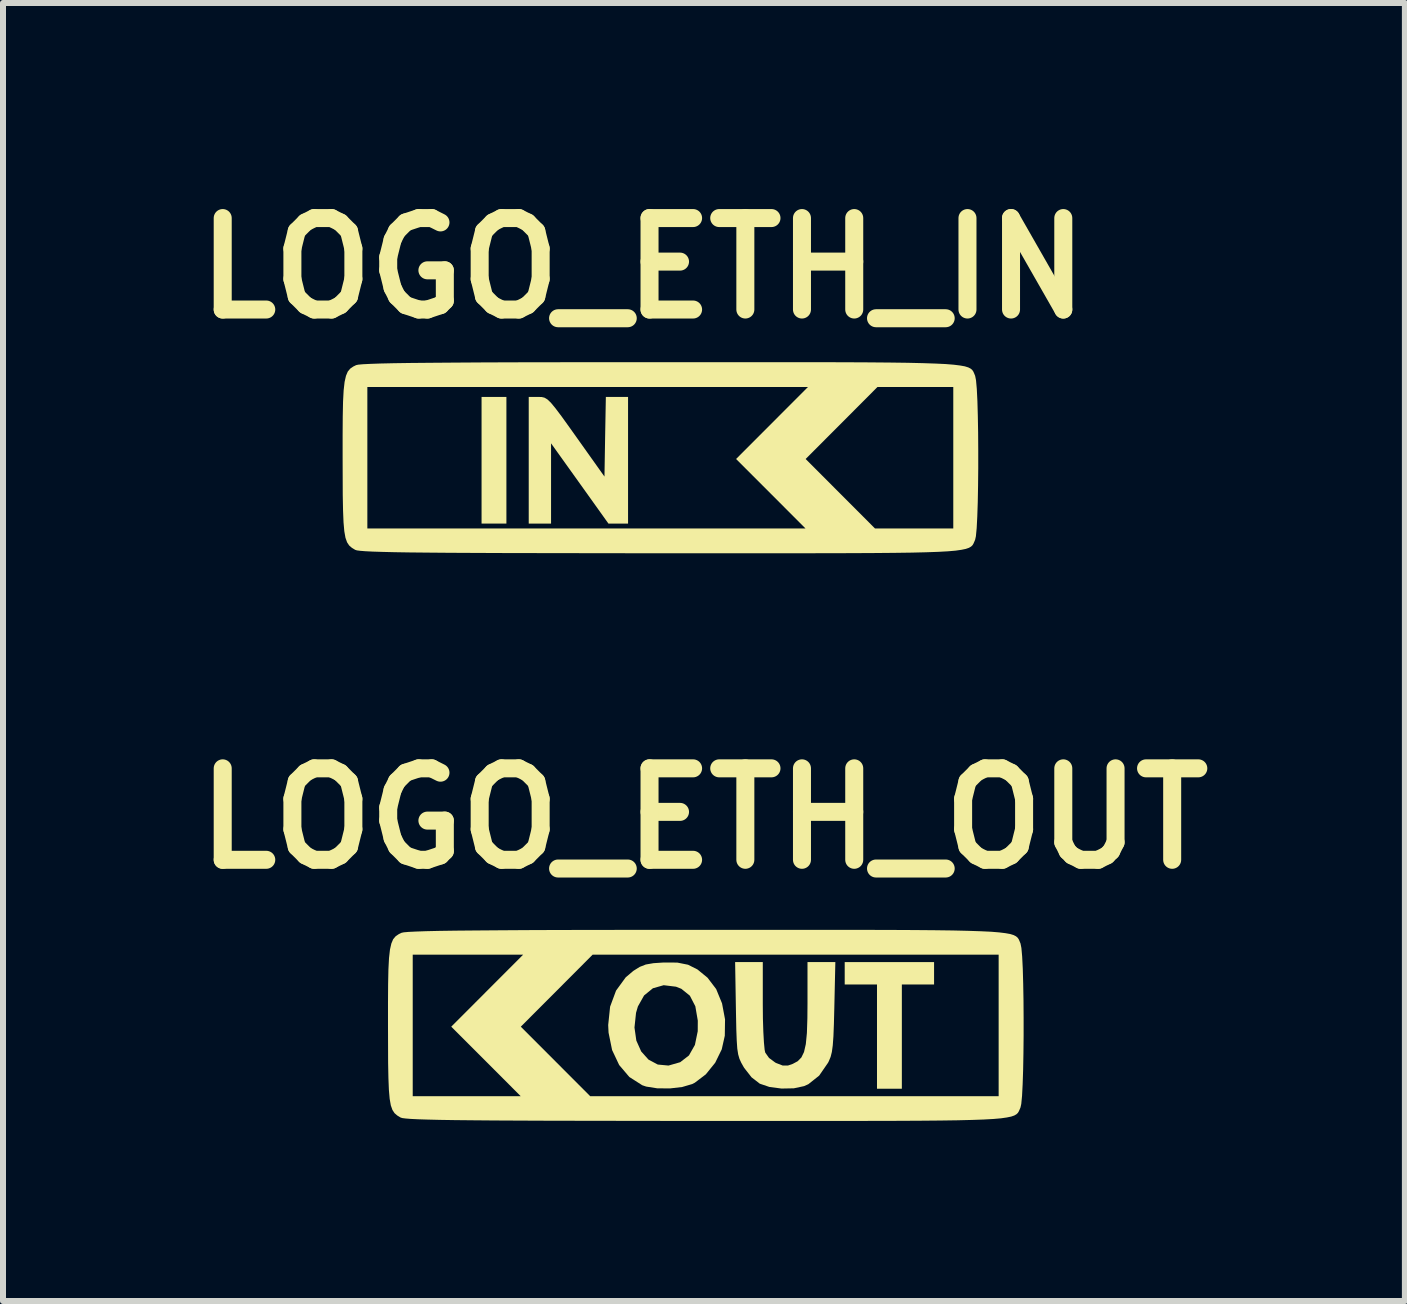
<source format=kicad_pcb>
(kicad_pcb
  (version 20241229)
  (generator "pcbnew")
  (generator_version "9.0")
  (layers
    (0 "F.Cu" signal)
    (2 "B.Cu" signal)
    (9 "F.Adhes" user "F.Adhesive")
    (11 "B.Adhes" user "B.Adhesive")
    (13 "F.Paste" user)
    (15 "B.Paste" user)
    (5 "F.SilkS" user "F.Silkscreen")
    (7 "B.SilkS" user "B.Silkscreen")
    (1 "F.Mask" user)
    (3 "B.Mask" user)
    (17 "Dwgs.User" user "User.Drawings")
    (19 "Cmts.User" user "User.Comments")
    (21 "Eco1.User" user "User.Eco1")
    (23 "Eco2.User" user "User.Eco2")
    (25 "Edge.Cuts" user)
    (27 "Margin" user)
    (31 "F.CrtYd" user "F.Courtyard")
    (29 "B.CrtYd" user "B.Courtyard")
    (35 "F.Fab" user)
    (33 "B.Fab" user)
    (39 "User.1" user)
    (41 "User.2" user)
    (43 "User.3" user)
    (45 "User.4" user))
  (footprint "LOGO_ETH_OUT"
    (layer "F.Cu")
    (at 8.75 14.057)
    (property "Reference" "LOGO_ETH_OUT" (at -0.07 -3.47 0) (layer "F.SilkS") (effects (font (size 1.524 1.524) (thickness 0.3))))
    (attr board_only exclude_from_pos_files exclude_from_bom)
    (fp_poly (pts (xy 3.764 -0.703) (xy 3.227 -0.703) (xy 3.227 1.034) (xy 2.813 1.034) (xy 2.813 -0.703) (xy 2.275 -0.703) (xy 2.275 -1.076) (xy 3.764 -1.076)) (stroke (width 0) (type solid)) (fill yes) (layer "F.SilkS"))
    (fp_poly (pts (xy 0.91 -0.375) (xy 0.912 -0.135) (xy 0.919 0.083) (xy 0.929 0.262) (xy 0.941 0.386) (xy 0.951 0.432) (xy 1.014 0.521) (xy 1.118 0.598) (xy 1.134 0.606) (xy 1.243 0.648) (xy 1.331 0.647) (xy 1.409 0.62) (xy 1.491 0.576) (xy 1.553 0.513) (xy 1.597 0.422) (xy 1.627 0.29) (xy 1.645 0.106) (xy 1.653 -0.14) (xy 1.655 -0.392) (xy 1.655 -1.076) (xy 2.119 -1.076) (xy 2.102 -0.321) (xy 2.095 -0.046) (xy 2.087 0.16) (xy 2.076 0.311) (xy 2.061 0.421) (xy 2.04 0.504) (xy 2.011 0.574) (xy 1.998 0.6) (xy 1.849 0.816) (xy 1.67 0.958) (xy 1.6 0.99) (xy 1.428 1.027) (xy 1.222 1.031) (xy 1.019 1.004) (xy 0.86 0.95) (xy 0.723 0.844) (xy 0.601 0.688) (xy 0.591 0.672) (xy 0.551 0.601) (xy 0.521 0.535) (xy 0.5 0.462) (xy 0.485 0.366) (xy 0.476 0.234) (xy 0.469 0.053) (xy 0.464 -0.193) (xy 0.462 -0.3) (xy 0.449 -1.076) (xy 0.91 -1.076)) (stroke (width 0) (type solid)) (fill yes) (layer "F.SilkS"))
    (fp_poly (pts (xy -0.515 -1.068) (xy -0.335 -1.032) (xy -0.178 -0.953) (xy -0.017 -0.821) (xy -0.01 -0.815) (xy 0.133 -0.627) (xy 0.231 -0.388) (xy 0.281 -0.122) (xy 0.277 0.151) (xy 0.226 0.378) (xy 0.117 0.601) (xy -0.039 0.794) (xy -0.223 0.934) (xy -0.266 0.956) (xy -0.432 1.005) (xy -0.638 1.029) (xy -0.85 1.027) (xy -1.033 0.998) (xy -1.098 0.976) (xy -1.313 0.839) (xy -1.483 0.639) (xy -1.601 0.389) (xy -1.66 0.099) (xy -1.664 0.014) (xy -1.228 0.014) (xy -1.197 0.232) (xy -1.116 0.413) (xy -0.994 0.549) (xy -0.84 0.631) (xy -0.661 0.648) (xy -0.466 0.592) (xy -0.32 0.479) (xy -0.221 0.304) (xy -0.174 0.076) (xy -0.173 -0.101) (xy -0.214 -0.34) (xy -0.305 -0.516) (xy -0.447 -0.631) (xy -0.536 -0.666) (xy -0.741 -0.691) (xy -0.921 -0.64) (xy -1.068 -0.52) (xy -1.171 -0.337) (xy -1.202 -0.231) (xy -1.228 0.014) (xy -1.664 0.014) (xy -1.666 -0.027) (xy -1.634 -0.334) (xy -1.535 -0.601) (xy -1.374 -0.822) (xy -1.248 -0.929) (xy -1.141 -0.996) (xy -1.039 -1.036) (xy -0.912 -1.058) (xy -0.747 -1.069)) (stroke (width 0) (type solid)) (fill yes) (layer "F.SilkS"))
    (fp_poly (pts (xy 2.007 -1.613) (xy 2.544 -1.613) (xy 3.015 -1.612) (xy 3.425 -1.61) (xy 3.778 -1.607) (xy 4.079 -1.603) (xy 4.333 -1.597) (xy 4.542 -1.59) (xy 4.713 -1.582) (xy 4.848 -1.571) (xy 4.953 -1.558) (xy 5.032 -1.544) (xy 5.09 -1.526) (xy 5.129 -1.506) (xy 5.156 -1.483) (xy 5.174 -1.457) (xy 5.187 -1.428) (xy 5.2 -1.396) (xy 5.204 -1.387) (xy 5.219 -1.312) (xy 5.232 -1.167) (xy 5.242 -0.966) (xy 5.249 -0.72) (xy 5.254 -0.443) (xy 5.256 -0.148) (xy 5.256 0.153) (xy 5.253 0.446) (xy 5.248 0.719) (xy 5.24 0.959) (xy 5.23 1.152) (xy 5.217 1.287) (xy 5.204 1.346) (xy 5.19 1.379) (xy 5.177 1.409) (xy 5.161 1.436) (xy 5.137 1.459) (xy 5.101 1.48) (xy 5.049 1.498) (xy 4.976 1.513) (xy 4.879 1.527) (xy 4.752 1.538) (xy 4.591 1.547) (xy 4.392 1.554) (xy 4.15 1.56) (xy 3.862 1.564) (xy 3.523 1.567) (xy 3.129 1.569) (xy 2.674 1.57) (xy 2.156 1.571) (xy 1.569 1.571) (xy 0.909 1.571) (xy 0.172 1.571) (xy -0.05 1.571) (xy -0.819 1.57) (xy -1.509 1.569) (xy -2.124 1.568) (xy -2.669 1.567) (xy -3.146 1.565) (xy -3.561 1.563) (xy -3.917 1.56) (xy -4.219 1.557) (xy -4.469 1.553) (xy -4.672 1.548) (xy -4.833 1.543) (xy -4.954 1.537) (xy -5.041 1.53) (xy -5.096 1.523) (xy -5.125 1.514) (xy -5.125 1.514) (xy -5.181 1.48) (xy -5.226 1.441) (xy -5.261 1.388) (xy -5.288 1.311) (xy -5.307 1.203) (xy -5.311 1.158) (xy -4.923 1.158) (xy -3.124 1.158) (xy -3.702 0.579) (xy -4.281 -0.000019) (xy -3.122 -0.000019) (xy -2.544 0.579) (xy -1.966 1.158) (xy 4.84 1.158) (xy 4.84 -1.2) (xy -1.925 -1.2) (xy -2.523 -0.6) (xy -3.122 -0.000019) (xy -4.281 -0.000019) (xy -3.682 -0.6) (xy -3.083 -1.2) (xy -4.923 -1.2) (xy -4.923 1.158) (xy -5.311 1.158) (xy -5.32 1.054) (xy -5.328 0.856) (xy -5.333 0.599) (xy -5.334 0.275) (xy -5.335 -0.012) (xy -5.335 -0.398) (xy -5.333 -0.709) (xy -5.328 -0.955) (xy -5.318 -1.144) (xy -5.302 -1.285) (xy -5.279 -1.386) (xy -5.249 -1.457) (xy -5.208 -1.506) (xy -5.157 -1.541) (xy -5.11 -1.564) (xy -5.073 -1.572) (xy -4.994 -1.579) (xy -4.872 -1.585) (xy -4.702 -1.591) (xy -4.481 -1.596) (xy -4.205 -1.6) (xy -3.873 -1.603) (xy -3.479 -1.606) (xy -3.021 -1.609) (xy -2.496 -1.611) (xy -1.9 -1.612) (xy -1.229 -1.613) (xy -0.481 -1.613) (xy -0.037 -1.613) (xy 0.721 -1.613) (xy 1.401 -1.613)) (stroke (width 0) (type solid)) (fill yes) (layer "F.SilkS")))
  (footprint "LOGO_ETH_IN"
    (layer "F.Cu")
    (at 7.994 4.598)
    (property "Reference" "LOGO_ETH_IN" (at -0.33 -3.18 0) (layer "F.SilkS") (effects (font (size 1.524 1.524) (thickness 0.3))))
    (attr board_only exclude_from_pos_files exclude_from_bom)
    (fp_poly (pts (xy -2.606 1.076) (xy -3.02 1.076) (xy -3.02 -1.034) (xy -2.606 -1.034)) (stroke (width 0) (type solid)) (fill yes) (layer "F.SilkS"))
    (fp_poly (pts (xy -2.019 -1.033) (xy -1.972 -1.022) (xy -1.923 -0.993) (xy -1.865 -0.938) (xy -1.79 -0.847) (xy -1.688 -0.712) (xy -1.553 -0.524) (xy -1.444 -0.371) (xy -0.972 0.293) (xy -0.961 -0.371) (xy -0.949 -1.034) (xy -0.579 -1.034) (xy -0.579 1.076) (xy -0.906 1.076) (xy -1.384 0.407) (xy -1.862 -0.261) (xy -1.862 1.076) (xy -2.234 1.076) (xy -2.234 -1.034) (xy -2.075 -1.034)) (stroke (width 0) (type solid)) (fill yes) (layer "F.SilkS"))
    (fp_poly (pts (xy 2.007 -1.613) (xy 2.544 -1.613) (xy 3.015 -1.612) (xy 3.425 -1.61) (xy 3.778 -1.607) (xy 4.079 -1.603) (xy 4.333 -1.597) (xy 4.542 -1.59) (xy 4.713 -1.582) (xy 4.848 -1.571) (xy 4.953 -1.558) (xy 5.032 -1.544) (xy 5.09 -1.526) (xy 5.129 -1.506) (xy 5.156 -1.483) (xy 5.174 -1.457) (xy 5.187 -1.428) (xy 5.2 -1.396) (xy 5.204 -1.387) (xy 5.219 -1.312) (xy 5.232 -1.167) (xy 5.242 -0.966) (xy 5.249 -0.72) (xy 5.254 -0.443) (xy 5.256 -0.148) (xy 5.256 0.153) (xy 5.253 0.446) (xy 5.248 0.719) (xy 5.24 0.959) (xy 5.23 1.152) (xy 5.217 1.287) (xy 5.204 1.346) (xy 5.19 1.379) (xy 5.177 1.409) (xy 5.161 1.436) (xy 5.137 1.459) (xy 5.101 1.48) (xy 5.049 1.498) (xy 4.976 1.513) (xy 4.879 1.527) (xy 4.752 1.538) (xy 4.591 1.547) (xy 4.392 1.554) (xy 4.15 1.56) (xy 3.862 1.564) (xy 3.523 1.567) (xy 3.129 1.569) (xy 2.674 1.57) (xy 2.156 1.571) (xy 1.569 1.571) (xy 0.909 1.571) (xy 0.172 1.571) (xy -0.05 1.571) (xy -0.819 1.57) (xy -1.509 1.569) (xy -2.124 1.568) (xy -2.669 1.567) (xy -3.146 1.565) (xy -3.561 1.563) (xy -3.917 1.56) (xy -4.219 1.557) (xy -4.469 1.553) (xy -4.672 1.548) (xy -4.833 1.543) (xy -4.954 1.537) (xy -5.041 1.53) (xy -5.096 1.523) (xy -5.125 1.514) (xy -5.125 1.514) (xy -5.181 1.48) (xy -5.226 1.441) (xy -5.261 1.388) (xy -5.288 1.311) (xy -5.307 1.203) (xy -5.311 1.158) (xy -4.923 1.158) (xy 2.378 1.158) (xy 1.8 0.579) (xy 1.221 -0.000019) (xy 2.38 -0.000019) (xy 2.958 0.579) (xy 3.536 1.158) (xy 4.84 1.158) (xy 4.84 -1.2) (xy 3.577 -1.2) (xy 2.979 -0.6) (xy 2.38 -0.000019) (xy 1.221 -0.000019) (xy 1.82 -0.6) (xy 2.419 -1.2) (xy -4.923 -1.2) (xy -4.923 1.158) (xy -5.311 1.158) (xy -5.32 1.054) (xy -5.328 0.856) (xy -5.333 0.599) (xy -5.334 0.275) (xy -5.335 -0.012) (xy -5.335 -0.398) (xy -5.333 -0.709) (xy -5.328 -0.955) (xy -5.318 -1.144) (xy -5.302 -1.285) (xy -5.279 -1.386) (xy -5.249 -1.457) (xy -5.208 -1.506) (xy -5.157 -1.541) (xy -5.11 -1.564) (xy -5.073 -1.572) (xy -4.994 -1.579) (xy -4.872 -1.585) (xy -4.702 -1.591) (xy -4.481 -1.596) (xy -4.205 -1.6) (xy -3.873 -1.603) (xy -3.479 -1.606) (xy -3.021 -1.609) (xy -2.496 -1.611) (xy -1.9 -1.612) (xy -1.229 -1.613) (xy -0.481 -1.613) (xy -0.037 -1.613) (xy 0.721 -1.613) (xy 1.401 -1.613)) (stroke (width 0) (type solid)) (fill yes) (layer "F.SilkS")))
  (gr_rect
    (start -3 -3)
    (end 20.359 18.628)
    (stroke (width 0.1) (type default))
    (fill no)
    (layer "Edge.Cuts")))
</source>
